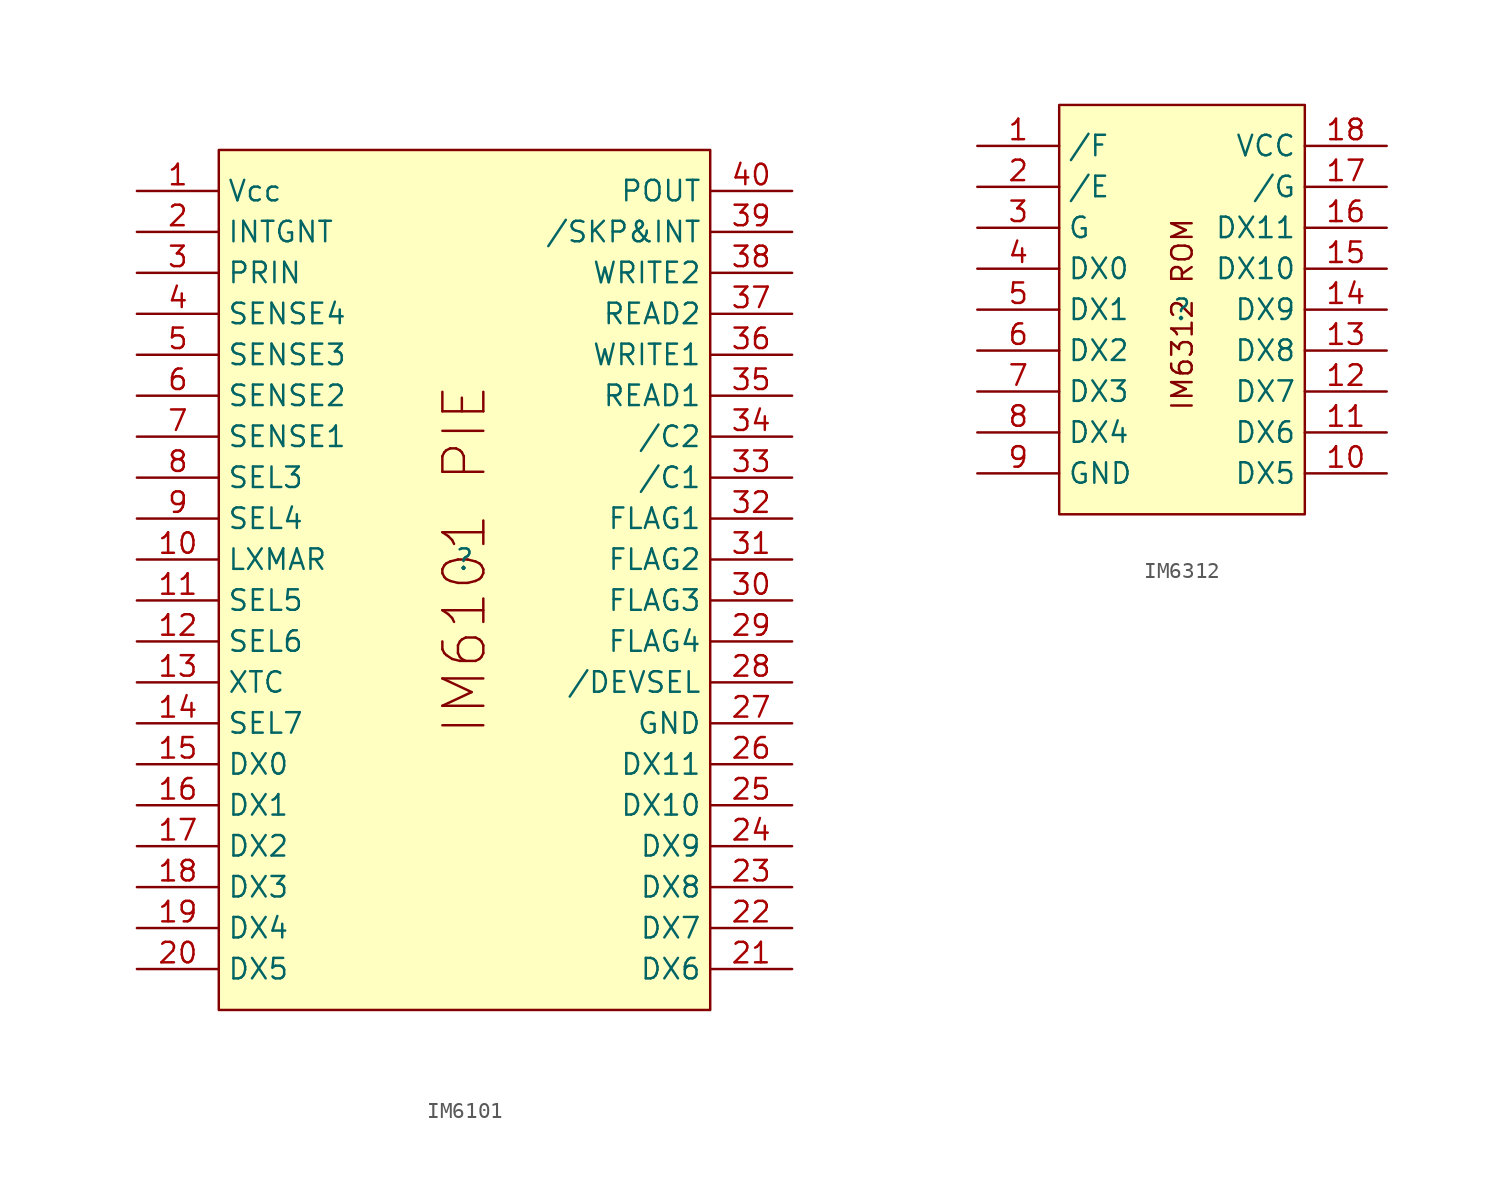
<source format=kicad_sym>
(kicad_symbol_lib
  (version 20241209)
  (generator "kicad_symbol_editor")
  (generator_version "9.0")
  (symbol "IM6101"
    (property "Reference" ""
      (at 0 0 0)
      (effects (font (size 1.27 1.27))))
    (property "Value" ""
      (at 0 0 0)
      (effects (font (size 1.27 1.27))))
    (symbol "IM6101_1_0"
      (rectangle (start -15.24 25.4) (end 15.24 -27.94) (stroke (width 0) (type default)) (fill (type background)))
      (text "IM6101 PIE" (at 0 0 900) (effects (font (size 2.54 2.54))))
      (pin power_in line (at -20.32 22.86 0) (length 5.08) (name "Vcc" (effects (font (size 1.27 1.27)))) (number "1" (effects (font (size 1.27 1.27)))))
      (pin input line (at -20.32 20.32 0) (length 5.08) (name "INTGNT" (effects (font (size 1.27 1.27)))) (number "2" (effects (font (size 1.27 1.27)))))
      (pin input line (at -20.32 17.78 0) (length 5.08) (name "PRIN" (effects (font (size 1.27 1.27)))) (number "3" (effects (font (size 1.27 1.27)))))
      (pin input line (at -20.32 15.24 0) (length 5.08) (name "SENSE4" (effects (font (size 1.27 1.27)))) (number "4" (effects (font (size 1.27 1.27)))))
      (pin input line (at -20.32 12.7 0) (length 5.08) (name "SENSE3" (effects (font (size 1.27 1.27)))) (number "5" (effects (font (size 1.27 1.27)))))
      (pin input line (at -20.32 10.16 0) (length 5.08) (name "SENSE2" (effects (font (size 1.27 1.27)))) (number "6" (effects (font (size 1.27 1.27)))))
      (pin input line (at -20.32 7.62 0) (length 5.08) (name "SENSE1" (effects (font (size 1.27 1.27)))) (number "7" (effects (font (size 1.27 1.27)))))
      (pin input line (at -20.32 5.08 0) (length 5.08) (name "SEL3" (effects (font (size 1.27 1.27)))) (number "8" (effects (font (size 1.27 1.27)))))
      (pin input line (at -20.32 2.54 0) (length 5.08) (name "SEL4" (effects (font (size 1.27 1.27)))) (number "9" (effects (font (size 1.27 1.27)))))
      (pin input line (at -20.32 0 0) (length 5.08) (name "LXMAR" (effects (font (size 1.27 1.27)))) (number "10" (effects (font (size 1.27 1.27)))))
      (pin input line (at -20.32 -2.54 0) (length 5.08) (name "SEL5" (effects (font (size 1.27 1.27)))) (number "11" (effects (font (size 1.27 1.27)))))
      (pin input line (at -20.32 -5.08 0) (length 5.08) (name "SEL6" (effects (font (size 1.27 1.27)))) (number "12" (effects (font (size 1.27 1.27)))))
      (pin input line (at -20.32 -7.62 0) (length 5.08) (name "XTC" (effects (font (size 1.27 1.27)))) (number "13" (effects (font (size 1.27 1.27)))))
      (pin input line (at -20.32 -10.16 0) (length 5.08) (name "SEL7" (effects (font (size 1.27 1.27)))) (number "14" (effects (font (size 1.27 1.27)))))
      (pin tri_state line (at -20.32 -12.7 0) (length 5.08) (name "DX0" (effects (font (size 1.27 1.27)))) (number "15" (effects (font (size 1.27 1.27)))))
      (pin tri_state line (at -20.32 -15.24 0) (length 5.08) (name "DX1" (effects (font (size 1.27 1.27)))) (number "16" (effects (font (size 1.27 1.27)))))
      (pin tri_state line (at -20.32 -17.78 0) (length 5.08) (name "DX2" (effects (font (size 1.27 1.27)))) (number "17" (effects (font (size 1.27 1.27)))))
      (pin tri_state line (at -20.32 -20.32 0) (length 5.08) (name "DX3" (effects (font (size 1.27 1.27)))) (number "18" (effects (font (size 1.27 1.27)))))
      (pin tri_state line (at -20.32 -22.86 0) (length 5.08) (name "DX4" (effects (font (size 1.27 1.27)))) (number "19" (effects (font (size 1.27 1.27)))))
      (pin tri_state line (at -20.32 -25.4 0) (length 5.08) (name "DX5" (effects (font (size 1.27 1.27)))) (number "20" (effects (font (size 1.27 1.27)))))
      (pin output line (at 20.32 22.86 180) (length 5.08) (name "POUT" (effects (font (size 1.27 1.27)))) (number "40" (effects (font (size 1.27 1.27)))))
      (pin open_collector line (at 20.32 20.32 180) (length 5.08) (name "/SKP&INT" (effects (font (size 1.27 1.27)))) (number "39" (effects (font (size 1.27 1.27)))))
      (pin output line (at 20.32 17.78 180) (length 5.08) (name "WRITE2" (effects (font (size 1.27 1.27)))) (number "38" (effects (font (size 1.27 1.27)))))
      (pin output line (at 20.32 15.24 180) (length 5.08) (name "READ2" (effects (font (size 1.27 1.27)))) (number "37" (effects (font (size 1.27 1.27)))))
      (pin output line (at 20.32 12.7 180) (length 5.08) (name "WRITE1" (effects (font (size 1.27 1.27)))) (number "36" (effects (font (size 1.27 1.27)))))
      (pin output line (at 20.32 10.16 180) (length 5.08) (name "READ1" (effects (font (size 1.27 1.27)))) (number "35" (effects (font (size 1.27 1.27)))))
      (pin open_collector line (at 20.32 7.62 180) (length 5.08) (name "/C2" (effects (font (size 1.27 1.27)))) (number "34" (effects (font (size 1.27 1.27)))))
      (pin open_collector line (at 20.32 5.08 180) (length 5.08) (name "/C1" (effects (font (size 1.27 1.27)))) (number "33" (effects (font (size 1.27 1.27)))))
      (pin output line (at 20.32 2.54 180) (length 5.08) (name "FLAG1" (effects (font (size 1.27 1.27)))) (number "32" (effects (font (size 1.27 1.27)))))
      (pin output line (at 20.32 0 180) (length 5.08) (name "FLAG2" (effects (font (size 1.27 1.27)))) (number "31" (effects (font (size 1.27 1.27)))))
      (pin output line (at 20.32 -2.54 180) (length 5.08) (name "FLAG3" (effects (font (size 1.27 1.27)))) (number "30" (effects (font (size 1.27 1.27)))))
      (pin output line (at 20.32 -5.08 180) (length 5.08) (name "FLAG4" (effects (font (size 1.27 1.27)))) (number "29" (effects (font (size 1.27 1.27)))))
      (pin input line (at 20.32 -7.62 180) (length 5.08) (name "/DEVSEL" (effects (font (size 1.27 1.27)))) (number "28" (effects (font (size 1.27 1.27)))))
      (pin power_in line (at 20.32 -10.16 180) (length 5.08) (name "GND" (effects (font (size 1.27 1.27)))) (number "27" (effects (font (size 1.27 1.27)))))
      (pin tri_state line (at 20.32 -12.7 180) (length 5.08) (name "DX11" (effects (font (size 1.27 1.27)))) (number "26" (effects (font (size 1.27 1.27)))))
      (pin tri_state line (at 20.32 -15.24 180) (length 5.08) (name "DX10" (effects (font (size 1.27 1.27)))) (number "25" (effects (font (size 1.27 1.27)))))
      (pin tri_state line (at 20.32 -17.78 180) (length 5.08) (name "DX9" (effects (font (size 1.27 1.27)))) (number "24" (effects (font (size 1.27 1.27)))))
      (pin tri_state line (at 20.32 -20.32 180) (length 5.08) (name "DX8" (effects (font (size 1.27 1.27)))) (number "23" (effects (font (size 1.27 1.27)))))
      (pin tri_state line (at 20.32 -22.86 180) (length 5.08) (name "DX7" (effects (font (size 1.27 1.27)))) (number "22" (effects (font (size 1.27 1.27)))))
      (pin tri_state line (at 20.32 -25.4 180) (length 5.08) (name "DX6" (effects (font (size 1.27 1.27)))) (number "21" (effects (font (size 1.27 1.27)))))))
  (symbol "IM6312"
    (property "Reference" ""
      (at 0 0 0)
      (effects (font (size 1.27 1.27))))
    (property "Value" ""
      (at 0 0 0)
      (effects (font (size 1.27 1.27))))
    (symbol "IM6312_1_0"
      (rectangle (start -7.62 12.7) (end 7.62 -12.7) (stroke (width 0) (type default)) (fill (type background)))
      (text "IM6312 ROM" (at 0.762 -6.35 900) (effects (font (size 1.27 1.27)) (justify left bottom)))
      (pin output line (at -12.7 10.16 0) (length 5.08) (name "/F" (effects (font (size 1.27 1.27)))) (number "1" (effects (font (size 1.27 1.27)))))
      (pin input line (at -12.7 7.62 0) (length 5.08) (name "/E" (effects (font (size 1.27 1.27)))) (number "2" (effects (font (size 1.27 1.27)))))
      (pin input line (at -12.7 5.08 0) (length 5.08) (name "G" (effects (font (size 1.27 1.27)))) (number "3" (effects (font (size 1.27 1.27)))))
      (pin tri_state line (at -12.7 2.54 0) (length 5.08) (name "DX0" (effects (font (size 1.27 1.27)))) (number "4" (effects (font (size 1.27 1.27)))))
      (pin tri_state line (at -12.7 0 0) (length 5.08) (name "DX1" (effects (font (size 1.27 1.27)))) (number "5" (effects (font (size 1.27 1.27)))))
      (pin tri_state line (at -12.7 -2.54 0) (length 5.08) (name "DX2" (effects (font (size 1.27 1.27)))) (number "6" (effects (font (size 1.27 1.27)))))
      (pin tri_state line (at -12.7 -5.08 0) (length 5.08) (name "DX3" (effects (font (size 1.27 1.27)))) (number "7" (effects (font (size 1.27 1.27)))))
      (pin tri_state line (at -12.7 -7.62 0) (length 5.08) (name "DX4" (effects (font (size 1.27 1.27)))) (number "8" (effects (font (size 1.27 1.27)))))
      (pin power_in line (at -12.7 -10.16 0) (length 5.08) (name "GND" (effects (font (size 1.27 1.27)))) (number "9" (effects (font (size 1.27 1.27)))))
      (pin power_in line (at 12.7 10.16 180) (length 5.08) (name "VCC" (effects (font (size 1.27 1.27)))) (number "18" (effects (font (size 1.27 1.27)))))
      (pin input line (at 12.7 7.62 180) (length 5.08) (name "/G" (effects (font (size 1.27 1.27)))) (number "17" (effects (font (size 1.27 1.27)))))
      (pin tri_state line (at 12.7 5.08 180) (length 5.08) (name "DX11" (effects (font (size 1.27 1.27)))) (number "16" (effects (font (size 1.27 1.27)))))
      (pin tri_state line (at 12.7 2.54 180) (length 5.08) (name "DX10" (effects (font (size 1.27 1.27)))) (number "15" (effects (font (size 1.27 1.27)))))
      (pin tri_state line (at 12.7 0 180) (length 5.08) (name "DX9" (effects (font (size 1.27 1.27)))) (number "14" (effects (font (size 1.27 1.27)))))
      (pin tri_state line (at 12.7 -2.54 180) (length 5.08) (name "DX8" (effects (font (size 1.27 1.27)))) (number "13" (effects (font (size 1.27 1.27)))))
      (pin tri_state line (at 12.7 -5.08 180) (length 5.08) (name "DX7" (effects (font (size 1.27 1.27)))) (number "12" (effects (font (size 1.27 1.27)))))
      (pin tri_state line (at 12.7 -7.62 180) (length 5.08) (name "DX6" (effects (font (size 1.27 1.27)))) (number "11" (effects (font (size 1.27 1.27)))))
      (pin tri_state line (at 12.7 -10.16 180) (length 5.08) (name "DX5" (effects (font (size 1.27 1.27)))) (number "10" (effects (font (size 1.27 1.27))))))))
</source>
